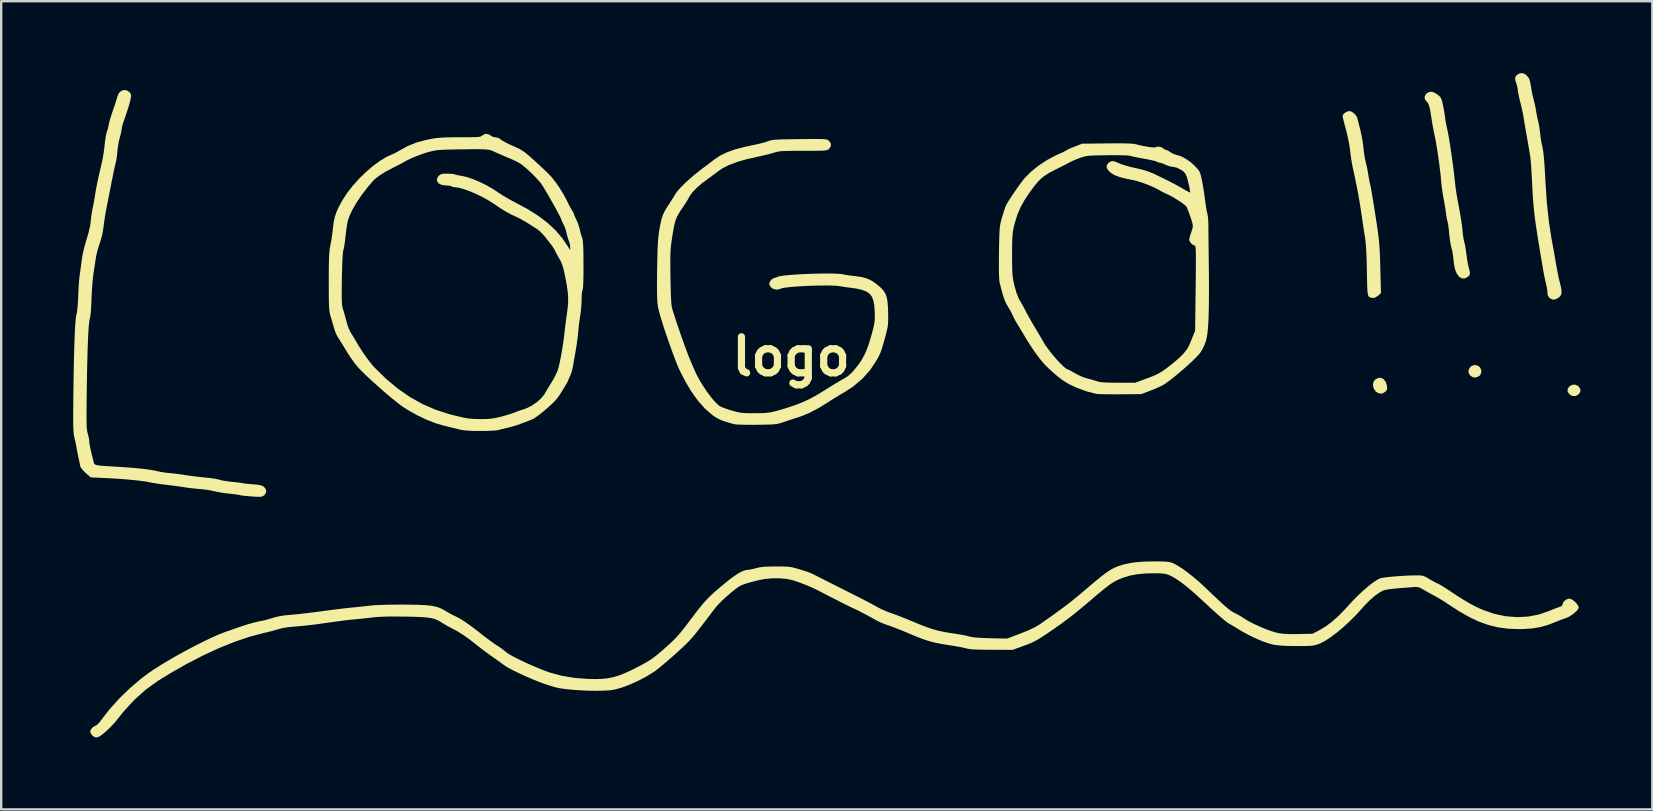
<source format=kicad_pcb>
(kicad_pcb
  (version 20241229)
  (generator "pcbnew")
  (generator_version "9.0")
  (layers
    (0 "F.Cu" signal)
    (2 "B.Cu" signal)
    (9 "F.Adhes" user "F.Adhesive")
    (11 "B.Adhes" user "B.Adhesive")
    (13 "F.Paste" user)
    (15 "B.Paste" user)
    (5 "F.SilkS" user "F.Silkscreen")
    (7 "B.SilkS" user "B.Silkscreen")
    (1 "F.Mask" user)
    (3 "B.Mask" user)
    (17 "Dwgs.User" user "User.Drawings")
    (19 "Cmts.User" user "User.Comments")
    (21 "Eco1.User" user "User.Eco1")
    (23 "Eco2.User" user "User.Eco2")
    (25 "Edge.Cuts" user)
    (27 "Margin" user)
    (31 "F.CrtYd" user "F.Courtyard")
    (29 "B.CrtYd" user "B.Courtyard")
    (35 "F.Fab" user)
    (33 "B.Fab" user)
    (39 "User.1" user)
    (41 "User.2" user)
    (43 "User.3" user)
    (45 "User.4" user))
  (footprint "logo"
    (layer "F.Cu")
    (at 29.919 11.807)
    (property "Reference" "logo" (at 0 0 0) (layer "F.SilkS") (effects (font (size 1.5 1.5) (thickness 0.3))))
    (attr board_only exclude_from_pos_files exclude_from_bom)
    (fp_poly (pts (xy 28.624 0.383) (xy 28.713 0.461) (xy 28.761 0.566) (xy 28.76 0.681) (xy 28.703 0.785) (xy 28.682 0.805) (xy 28.556 0.871) (xy 28.425 0.87) (xy 28.306 0.802) (xy 28.304 0.8) (xy 28.235 0.693) (xy 28.228 0.576) (xy 28.273 0.468) (xy 28.363 0.387) (xy 28.49 0.353) (xy 28.501 0.353)) (stroke (width 0) (type solid)) (fill yes) (layer "F.SilkS"))
    (fp_poly (pts (xy 32.694 1.176) (xy 32.813 1.244) (xy 32.815 1.246) (xy 32.888 1.358) (xy 32.887 1.474) (xy 32.811 1.58) (xy 32.809 1.581) (xy 32.683 1.647) (xy 32.553 1.646) (xy 32.434 1.578) (xy 32.432 1.576) (xy 32.358 1.464) (xy 32.359 1.349) (xy 32.435 1.243) (xy 32.437 1.241) (xy 32.563 1.175)) (stroke (width 0) (type solid)) (fill yes) (layer "F.SilkS"))
    (fp_poly (pts (xy 24.693 0.946) (xy 24.777 1.057) (xy 24.826 1.21) (xy 24.838 1.321) (xy 24.824 1.392) (xy 24.775 1.454) (xy 24.763 1.466) (xy 24.642 1.54) (xy 24.516 1.545) (xy 24.393 1.482) (xy 24.352 1.444) (xy 24.271 1.315) (xy 24.245 1.174) (xy 24.275 1.043) (xy 24.341 0.959) (xy 24.464 0.892) (xy 24.585 0.89)) (stroke (width 0) (type solid)) (fill yes) (layer "F.SilkS"))
    (fp_poly (pts (xy 23.364 -10.201) (xy 23.467 -10.126) (xy 23.552 -10.026) (xy 23.593 -9.937) (xy 23.609 -9.872) (xy 23.639 -9.756) (xy 23.677 -9.607) (xy 23.712 -9.472) (xy 23.761 -9.258) (xy 23.806 -9.015) (xy 23.84 -8.781) (xy 23.85 -8.69) (xy 23.872 -8.504) (xy 23.899 -8.32) (xy 23.929 -8.165) (xy 23.947 -8.09) (xy 23.981 -7.952) (xy 24.017 -7.779) (xy 24.047 -7.605) (xy 24.05 -7.585) (xy 24.076 -7.429) (xy 24.103 -7.285) (xy 24.127 -7.178) (xy 24.132 -7.161) (xy 24.147 -7.097) (xy 24.17 -6.972) (xy 24.201 -6.796) (xy 24.237 -6.578) (xy 24.278 -6.328) (xy 24.322 -6.055) (xy 24.347 -5.891) (xy 24.398 -5.561) (xy 24.438 -5.287) (xy 24.47 -5.052) (xy 24.494 -4.842) (xy 24.512 -4.641) (xy 24.526 -4.436) (xy 24.536 -4.21) (xy 24.545 -3.949) (xy 24.552 -3.694) (xy 24.579 -2.644) (xy 24.466 -2.539) (xy 24.341 -2.457) (xy 24.214 -2.437) (xy 24.101 -2.478) (xy 24.075 -2.5) (xy 24.055 -2.527) (xy 24.039 -2.567) (xy 24.026 -2.631) (xy 24.017 -2.724) (xy 24.009 -2.856) (xy 24.003 -3.034) (xy 23.997 -3.267) (xy 23.992 -3.561) (xy 23.992 -3.585) (xy 23.983 -3.993) (xy 23.97 -4.343) (xy 23.952 -4.633) (xy 23.93 -4.857) (xy 23.916 -4.957) (xy 23.889 -5.12) (xy 23.857 -5.33) (xy 23.821 -5.565) (xy 23.787 -5.801) (xy 23.774 -5.891) (xy 23.695 -6.408) (xy 23.596 -6.958) (xy 23.485 -7.509) (xy 23.412 -7.837) (xy 23.374 -8.026) (xy 23.337 -8.25) (xy 23.306 -8.472) (xy 23.295 -8.573) (xy 23.269 -8.764) (xy 23.228 -8.994) (xy 23.176 -9.236) (xy 23.121 -9.46) (xy 23.117 -9.472) (xy 23.068 -9.654) (xy 23.027 -9.814) (xy 22.996 -9.938) (xy 22.981 -10.013) (xy 22.979 -10.026) (xy 23.013 -10.098) (xy 23.095 -10.169) (xy 23.198 -10.219) (xy 23.266 -10.231)) (stroke (width 0) (type solid)) (fill yes) (layer "F.SilkS"))
    (fp_poly (pts (xy 30.505 -11.805) (xy 30.627 -11.738) (xy 30.737 -11.609) (xy 30.751 -11.586) (xy 30.776 -11.516) (xy 30.804 -11.4) (xy 30.829 -11.259) (xy 30.833 -11.233) (xy 30.862 -11.058) (xy 30.901 -10.874) (xy 30.938 -10.724) (xy 30.98 -10.56) (xy 31.019 -10.373) (xy 31.041 -10.248) (xy 31.069 -10.081) (xy 31.106 -9.905) (xy 31.133 -9.79) (xy 31.165 -9.644) (xy 31.193 -9.467) (xy 31.213 -9.296) (xy 31.213 -9.296) (xy 31.233 -9.125) (xy 31.261 -8.947) (xy 31.291 -8.802) (xy 31.291 -8.802) (xy 31.317 -8.687) (xy 31.339 -8.555) (xy 31.359 -8.397) (xy 31.377 -8.203) (xy 31.395 -7.965) (xy 31.412 -7.675) (xy 31.431 -7.325) (xy 31.433 -7.285) (xy 31.49 -6.435) (xy 31.574 -5.645) (xy 31.686 -4.91) (xy 31.73 -4.674) (xy 31.757 -4.531) (xy 31.791 -4.342) (xy 31.829 -4.128) (xy 31.865 -3.914) (xy 31.871 -3.881) (xy 31.908 -3.669) (xy 31.95 -3.453) (xy 31.991 -3.258) (xy 32.027 -3.106) (xy 32.032 -3.087) (xy 32.083 -2.881) (xy 32.105 -2.729) (xy 32.1 -2.617) (xy 32.065 -2.534) (xy 31.999 -2.466) (xy 31.985 -2.455) (xy 31.847 -2.38) (xy 31.723 -2.373) (xy 31.609 -2.436) (xy 31.597 -2.447) (xy 31.525 -2.559) (xy 31.517 -2.65) (xy 31.512 -2.746) (xy 31.491 -2.88) (xy 31.462 -3.016) (xy 31.421 -3.187) (xy 31.381 -3.38) (xy 31.353 -3.528) (xy 31.27 -4.017) (xy 31.197 -4.445) (xy 31.136 -4.819) (xy 31.084 -5.148) (xy 31.04 -5.439) (xy 31.004 -5.701) (xy 30.974 -5.941) (xy 30.949 -6.168) (xy 30.929 -6.39) (xy 30.912 -6.615) (xy 30.897 -6.85) (xy 30.884 -7.105) (xy 30.876 -7.267) (xy 30.864 -7.518) (xy 30.849 -7.758) (xy 30.834 -7.976) (xy 30.82 -8.157) (xy 30.806 -8.287) (xy 30.801 -8.326) (xy 30.719 -8.821) (xy 30.628 -9.341) (xy 30.617 -9.402) (xy 30.585 -9.584) (xy 30.553 -9.771) (xy 30.528 -9.931) (xy 30.52 -9.984) (xy 30.496 -10.117) (xy 30.459 -10.292) (xy 30.415 -10.483) (xy 30.385 -10.601) (xy 30.343 -10.771) (xy 30.308 -10.928) (xy 30.286 -11.052) (xy 30.28 -11.113) (xy 30.264 -11.229) (xy 30.229 -11.357) (xy 30.221 -11.377) (xy 30.174 -11.521) (xy 30.172 -11.625) (xy 30.217 -11.706) (xy 30.254 -11.741) (xy 30.378 -11.807)) (stroke (width 0) (type solid)) (fill yes) (layer "F.SilkS"))
    (fp_poly (pts (xy 26.852 -10.971) (xy 26.927 -10.921) (xy 27.01 -10.856) (xy 27.065 -10.795) (xy 27.103 -10.717) (xy 27.136 -10.602) (xy 27.158 -10.507) (xy 27.192 -10.334) (xy 27.223 -10.153) (xy 27.245 -10.002) (xy 27.246 -9.991) (xy 27.266 -9.847) (xy 27.299 -9.669) (xy 27.336 -9.491) (xy 27.343 -9.461) (xy 27.374 -9.314) (xy 27.411 -9.109) (xy 27.452 -8.861) (xy 27.494 -8.583) (xy 27.537 -8.288) (xy 27.578 -7.989) (xy 27.614 -7.7) (xy 27.645 -7.435) (xy 27.657 -7.32) (xy 27.68 -7.117) (xy 27.71 -6.897) (xy 27.741 -6.696) (xy 27.756 -6.615) (xy 27.817 -6.287) (xy 27.866 -6.017) (xy 27.904 -5.795) (xy 27.933 -5.609) (xy 27.955 -5.449) (xy 27.972 -5.302) (xy 27.98 -5.221) (xy 27.998 -5.061) (xy 28.019 -4.915) (xy 28.041 -4.807) (xy 28.05 -4.777) (xy 28.071 -4.696) (xy 28.096 -4.566) (xy 28.121 -4.406) (xy 28.137 -4.283) (xy 28.161 -4.109) (xy 28.187 -3.946) (xy 28.211 -3.816) (xy 28.225 -3.757) (xy 28.266 -3.603) (xy 28.286 -3.499) (xy 28.284 -3.43) (xy 28.26 -3.38) (xy 28.216 -3.332) (xy 28.097 -3.261) (xy 27.97 -3.253) (xy 27.854 -3.308) (xy 27.835 -3.325) (xy 27.731 -3.469) (xy 27.657 -3.664) (xy 27.613 -3.915) (xy 27.604 -4.009) (xy 27.586 -4.181) (xy 27.559 -4.352) (xy 27.528 -4.492) (xy 27.519 -4.52) (xy 27.491 -4.635) (xy 27.462 -4.797) (xy 27.438 -4.98) (xy 27.424 -5.115) (xy 27.407 -5.289) (xy 27.387 -5.448) (xy 27.366 -5.572) (xy 27.351 -5.634) (xy 27.327 -5.728) (xy 27.303 -5.862) (xy 27.286 -5.986) (xy 27.268 -6.129) (xy 27.239 -6.311) (xy 27.205 -6.504) (xy 27.187 -6.597) (xy 27.15 -6.803) (xy 27.117 -7.034) (xy 27.093 -7.25) (xy 27.087 -7.32) (xy 27.071 -7.504) (xy 27.045 -7.731) (xy 27.013 -7.987) (xy 26.976 -8.258) (xy 26.937 -8.526) (xy 26.897 -8.779) (xy 26.859 -9) (xy 26.825 -9.175) (xy 26.808 -9.25) (xy 26.779 -9.384) (xy 26.744 -9.563) (xy 26.71 -9.76) (xy 26.688 -9.902) (xy 26.651 -10.141) (xy 26.618 -10.319) (xy 26.585 -10.449) (xy 26.549 -10.54) (xy 26.507 -10.602) (xy 26.472 -10.636) (xy 26.404 -10.732) (xy 26.403 -10.844) (xy 26.467 -10.95) (xy 26.484 -10.965) (xy 26.595 -11.028) (xy 26.714 -11.031)) (stroke (width 0) (type solid)) (fill yes) (layer "F.SilkS"))
    (fp_poly (pts (xy -27.685 -11.091) (xy -27.584 -11.026) (xy -27.527 -10.959) (xy -27.508 -10.887) (xy -27.517 -10.778) (xy -27.517 -10.776) (xy -27.548 -10.632) (xy -27.607 -10.425) (xy -27.694 -10.154) (xy -27.809 -9.817) (xy -27.823 -9.78) (xy -27.863 -9.651) (xy -27.892 -9.536) (xy -27.9 -9.472) (xy -27.91 -9.395) (xy -27.936 -9.276) (xy -27.973 -9.138) (xy -27.976 -9.129) (xy -28.016 -8.966) (xy -28.051 -8.771) (xy -28.074 -8.582) (xy -28.077 -8.555) (xy -28.093 -8.392) (xy -28.113 -8.239) (xy -28.135 -8.121) (xy -28.141 -8.096) (xy -28.168 -7.989) (xy -28.205 -7.823) (xy -28.253 -7.596) (xy -28.312 -7.305) (xy -28.382 -6.948) (xy -28.395 -6.879) (xy -28.432 -6.692) (xy -28.475 -6.471) (xy -28.519 -6.252) (xy -28.538 -6.156) (xy -28.576 -5.948) (xy -28.613 -5.718) (xy -28.642 -5.502) (xy -28.652 -5.415) (xy -28.708 -5.075) (xy -28.804 -4.745) (xy -28.808 -4.733) (xy -28.869 -4.55) (xy -28.923 -4.354) (xy -28.963 -4.179) (xy -28.97 -4.133) (xy -28.994 -3.981) (xy -29.023 -3.788) (xy -29.055 -3.584) (xy -29.074 -3.457) (xy -29.096 -3.283) (xy -29.117 -3.061) (xy -29.136 -2.811) (xy -29.15 -2.555) (xy -29.157 -2.381) (xy -29.165 -2.164) (xy -29.177 -1.964) (xy -29.191 -1.795) (xy -29.206 -1.671) (xy -29.22 -1.605) (xy -29.242 -1.518) (xy -29.261 -1.366) (xy -29.279 -1.147) (xy -29.296 -0.86) (xy -29.311 -0.506) (xy -29.324 -0.084) (xy -29.336 0.408) (xy -29.347 0.969) (xy -29.353 1.38) (xy -29.358 1.772) (xy -29.361 2.1) (xy -29.363 2.37) (xy -29.363 2.59) (xy -29.36 2.765) (xy -29.356 2.903) (xy -29.349 3.009) (xy -29.34 3.091) (xy -29.328 3.155) (xy -29.314 3.207) (xy -29.312 3.212) (xy -29.276 3.345) (xy -29.254 3.472) (xy -29.25 3.525) (xy -29.242 3.616) (xy -29.219 3.751) (xy -29.185 3.909) (xy -29.167 3.986) (xy -29.129 4.139) (xy -29.096 4.272) (xy -29.073 4.365) (xy -29.067 4.392) (xy -29.053 4.443) (xy -29.028 4.482) (xy -28.981 4.511) (xy -28.903 4.532) (xy -28.782 4.549) (xy -28.608 4.563) (xy -28.37 4.578) (xy -28.238 4.585) (xy -27.781 4.613) (xy -27.37 4.645) (xy -27.013 4.681) (xy -26.718 4.72) (xy -26.49 4.76) (xy -26.41 4.78) (xy -26.263 4.811) (xy -26.081 4.839) (xy -25.936 4.854) (xy -25.772 4.87) (xy -25.564 4.895) (xy -25.345 4.926) (xy -25.241 4.942) (xy -25.007 4.976) (xy -24.739 5.009) (xy -24.483 5.037) (xy -24.392 5.046) (xy -24.199 5.066) (xy -24.021 5.092) (xy -23.882 5.118) (xy -23.82 5.135) (xy -23.719 5.162) (xy -23.565 5.19) (xy -23.384 5.214) (xy -23.3 5.223) (xy -23.129 5.24) (xy -22.984 5.258) (xy -22.886 5.272) (xy -22.86 5.278) (xy -22.796 5.289) (xy -22.674 5.303) (xy -22.515 5.318) (xy -22.432 5.324) (xy -22.247 5.341) (xy -22.121 5.361) (xy -22.036 5.388) (xy -21.973 5.428) (xy -21.966 5.434) (xy -21.885 5.541) (xy -21.877 5.657) (xy -21.943 5.765) (xy -21.96 5.779) (xy -22.003 5.813) (xy -22.049 5.834) (xy -22.112 5.846) (xy -22.207 5.847) (xy -22.348 5.84) (xy -22.55 5.825) (xy -22.606 5.821) (xy -22.761 5.807) (xy -22.885 5.792) (xy -22.957 5.779) (xy -22.965 5.776) (xy -23.017 5.764) (xy -23.13 5.747) (xy -23.285 5.729) (xy -23.397 5.717) (xy -23.603 5.693) (xy -23.814 5.66) (xy -23.995 5.625) (xy -24.051 5.612) (xy -24.226 5.575) (xy -24.434 5.543) (xy -24.626 5.524) (xy -24.829 5.506) (xy -25.06 5.48) (xy -25.272 5.45) (xy -25.281 5.448) (xy -25.472 5.419) (xy -25.705 5.388) (xy -25.943 5.358) (xy -26.055 5.345) (xy -26.263 5.319) (xy -26.471 5.289) (xy -26.648 5.258) (xy -26.73 5.24) (xy -26.895 5.209) (xy -27.126 5.178) (xy -27.411 5.147) (xy -27.737 5.118) (xy -28.091 5.092) (xy -28.459 5.07) (xy -28.635 5.062) (xy -29.19 5.037) (xy -29.395 4.855) (xy -29.5 4.753) (xy -29.58 4.657) (xy -29.619 4.587) (xy -29.619 4.585) (xy -29.637 4.503) (xy -29.664 4.382) (xy -29.685 4.286) (xy -29.718 4.128) (xy -29.752 3.949) (xy -29.771 3.845) (xy -29.801 3.682) (xy -29.841 3.498) (xy -29.871 3.369) (xy -29.885 3.302) (xy -29.896 3.224) (xy -29.905 3.128) (xy -29.912 3.007) (xy -29.916 2.855) (xy -29.919 2.666) (xy -29.919 2.432) (xy -29.917 2.147) (xy -29.914 1.805) (xy -29.909 1.399) (xy -29.909 1.393) (xy -29.9 0.768) (xy -29.889 0.21) (xy -29.877 -0.281) (xy -29.863 -0.705) (xy -29.848 -1.06) (xy -29.831 -1.346) (xy -29.813 -1.564) (xy -29.793 -1.711) (xy -29.775 -1.782) (xy -29.76 -1.851) (xy -29.745 -1.976) (xy -29.73 -2.145) (xy -29.717 -2.344) (xy -29.709 -2.522) (xy -29.7 -2.748) (xy -29.687 -2.969) (xy -29.672 -3.168) (xy -29.657 -3.326) (xy -29.647 -3.404) (xy -29.625 -3.551) (xy -29.6 -3.738) (xy -29.574 -3.933) (xy -29.564 -4.02) (xy -29.529 -4.236) (xy -29.472 -4.489) (xy -29.401 -4.75) (xy -29.365 -4.867) (xy -29.274 -5.177) (xy -29.213 -5.45) (xy -29.187 -5.644) (xy -29.169 -5.821) (xy -29.142 -6.007) (xy -29.113 -6.163) (xy -29.11 -6.174) (xy -29.078 -6.325) (xy -29.044 -6.508) (xy -29.014 -6.687) (xy -29.012 -6.703) (xy -28.969 -6.962) (xy -28.908 -7.273) (xy -28.833 -7.618) (xy -28.748 -7.98) (xy -28.729 -8.061) (xy -28.692 -8.235) (xy -28.656 -8.447) (xy -28.625 -8.666) (xy -28.611 -8.795) (xy -28.591 -8.976) (xy -28.565 -9.146) (xy -28.538 -9.284) (xy -28.516 -9.359) (xy -28.473 -9.495) (xy -28.439 -9.641) (xy -28.435 -9.666) (xy -28.421 -9.741) (xy -28.401 -9.824) (xy -28.371 -9.927) (xy -28.329 -10.061) (xy -28.269 -10.239) (xy -28.189 -10.471) (xy -28.187 -10.477) (xy -28.141 -10.617) (xy -28.101 -10.749) (xy -28.079 -10.83) (xy -28.019 -10.972) (xy -27.924 -11.066) (xy -27.808 -11.108)) (stroke (width 0) (type solid)) (fill yes) (layer "F.SilkS"))
    (fp_poly (pts (xy 1.281 -9.062) (xy 1.385 -9.057) (xy 1.456 -9.049) (xy 1.504 -9.036) (xy 1.537 -9.019) (xy 1.566 -8.997) (xy 1.572 -8.992) (xy 1.651 -8.886) (xy 1.657 -8.77) (xy 1.589 -8.662) (xy 1.575 -8.649) (xy 1.544 -8.625) (xy 1.507 -8.607) (xy 1.455 -8.593) (xy 1.378 -8.584) (xy 1.265 -8.578) (xy 1.107 -8.575) (xy 0.892 -8.573) (xy 0.611 -8.573) (xy 0.51 -8.572) (xy 0.205 -8.572) (xy -0.032 -8.571) (xy -0.215 -8.567) (xy -0.356 -8.561) (xy -0.466 -8.551) (xy -0.558 -8.536) (xy -0.644 -8.516) (xy -0.736 -8.489) (xy -0.757 -8.483) (xy -0.945 -8.431) (xy -1.166 -8.376) (xy -1.376 -8.33) (xy -1.397 -8.326) (xy -1.843 -8.226) (xy -2.241 -8.111) (xy -2.583 -7.983) (xy -2.86 -7.845) (xy -3.029 -7.73) (xy -3.141 -7.644) (xy -3.287 -7.535) (xy -3.441 -7.424) (xy -3.473 -7.402) (xy -3.719 -7.217) (xy -3.932 -7.032) (xy -4.101 -6.859) (xy -4.216 -6.706) (xy -4.242 -6.66) (xy -4.3 -6.553) (xy -4.383 -6.416) (xy -4.474 -6.277) (xy -4.477 -6.273) (xy -4.601 -6.09) (xy -4.694 -5.94) (xy -4.765 -5.806) (xy -4.818 -5.671) (xy -4.86 -5.518) (xy -4.898 -5.331) (xy -4.939 -5.093) (xy -4.945 -5.052) (xy -4.973 -4.872) (xy -4.995 -4.717) (xy -5.012 -4.574) (xy -5.024 -4.431) (xy -5.031 -4.276) (xy -5.035 -4.099) (xy -5.035 -3.886) (xy -5.033 -3.627) (xy -5.029 -3.309) (xy -5.029 -3.298) (xy -5.023 -2.955) (xy -5.016 -2.675) (xy -5.007 -2.451) (xy -4.997 -2.276) (xy -4.984 -2.142) (xy -4.968 -2.042) (xy -4.952 -1.976) (xy -4.855 -1.671) (xy -4.75 -1.351) (xy -4.639 -1.026) (xy -4.529 -0.709) (xy -4.422 -0.411) (xy -4.323 -0.145) (xy -4.237 0.077) (xy -4.168 0.243) (xy -4.166 0.247) (xy -4.107 0.381) (xy -4.05 0.513) (xy -4.024 0.574) (xy -3.925 0.786) (xy -3.799 1.015) (xy -3.655 1.249) (xy -3.501 1.476) (xy -3.346 1.685) (xy -3.198 1.862) (xy -3.065 1.997) (xy -2.969 2.071) (xy -2.873 2.116) (xy -2.726 2.171) (xy -2.552 2.229) (xy -2.462 2.256) (xy -2.303 2.3) (xy -2.171 2.33) (xy -2.044 2.349) (xy -1.899 2.359) (xy -1.714 2.363) (xy -1.53 2.363) (xy -1.306 2.362) (xy -1.125 2.356) (xy -0.968 2.342) (xy -0.815 2.317) (xy -0.648 2.278) (xy -0.447 2.222) (xy -0.193 2.145) (xy -0.159 2.134) (xy 0.175 2.024) (xy 0.476 1.906) (xy 0.766 1.77) (xy 1.066 1.607) (xy 1.399 1.405) (xy 1.449 1.373) (xy 1.649 1.247) (xy 1.845 1.127) (xy 2.019 1.023) (xy 2.155 0.945) (xy 2.214 0.913) (xy 2.372 0.812) (xy 2.529 0.67) (xy 2.648 0.535) (xy 2.805 0.337) (xy 2.936 0.146) (xy 3.047 -0.053) (xy 3.146 -0.272) (xy 3.237 -0.524) (xy 3.328 -0.825) (xy 3.393 -1.063) (xy 3.443 -1.261) (xy 3.473 -1.42) (xy 3.487 -1.568) (xy 3.488 -1.733) (xy 3.483 -1.874) (xy 3.463 -2.136) (xy 3.425 -2.339) (xy 3.365 -2.493) (xy 3.278 -2.608) (xy 3.159 -2.694) (xy 3.081 -2.732) (xy 2.908 -2.789) (xy 2.691 -2.836) (xy 2.54 -2.857) (xy 2.361 -2.879) (xy 2.192 -2.903) (xy 2.063 -2.924) (xy 2.044 -2.928) (xy 1.915 -2.945) (xy 1.73 -2.956) (xy 1.502 -2.96) (xy 1.243 -2.959) (xy 0.965 -2.953) (xy 0.682 -2.943) (xy 0.404 -2.929) (xy 0.145 -2.911) (xy -0.083 -2.891) (xy -0.267 -2.868) (xy -0.396 -2.843) (xy -0.454 -2.82) (xy -0.518 -2.797) (xy -0.616 -2.787) (xy -0.746 -2.817) (xy -0.852 -2.895) (xy -0.909 -3.001) (xy -0.913 -3.039) (xy -0.883 -3.126) (xy -0.811 -3.211) (xy -0.722 -3.269) (xy -0.67 -3.281) (xy -0.591 -3.303) (xy -0.572 -3.316) (xy -0.506 -3.341) (xy -0.372 -3.364) (xy -0.182 -3.386) (xy 0.052 -3.406) (xy 0.318 -3.424) (xy 0.605 -3.438) (xy 0.9 -3.449) (xy 1.193 -3.456) (xy 1.471 -3.459) (xy 1.722 -3.457) (xy 1.935 -3.449) (xy 2.098 -3.436) (xy 2.183 -3.422) (xy 2.286 -3.401) (xy 2.441 -3.378) (xy 2.618 -3.355) (xy 2.679 -3.349) (xy 2.95 -3.309) (xy 3.169 -3.248) (xy 3.362 -3.155) (xy 3.557 -3.019) (xy 3.61 -2.977) (xy 3.751 -2.853) (xy 3.856 -2.735) (xy 3.932 -2.611) (xy 3.984 -2.466) (xy 4.016 -2.287) (xy 4.034 -2.061) (xy 4.041 -1.866) (xy 4.045 -1.649) (xy 4.044 -1.482) (xy 4.036 -1.344) (xy 4.018 -1.216) (xy 3.988 -1.076) (xy 3.944 -0.905) (xy 3.933 -0.861) (xy 3.868 -0.622) (xy 3.815 -0.438) (xy 3.771 -0.295) (xy 3.728 -0.179) (xy 3.684 -0.076) (xy 3.632 0.027) (xy 3.58 0.123) (xy 3.302 0.55) (xy 2.967 0.928) (xy 2.575 1.257) (xy 2.248 1.469) (xy 2.052 1.585) (xy 1.842 1.713) (xy 1.65 1.833) (xy 1.553 1.896) (xy 1.13 2.156) (xy 0.74 2.359) (xy 0.388 2.502) (xy 0.333 2.519) (xy 0.132 2.584) (xy -0.093 2.658) (xy -0.296 2.725) (xy -0.298 2.726) (xy -0.407 2.763) (xy -0.501 2.79) (xy -0.593 2.81) (xy -0.697 2.823) (xy -0.829 2.832) (xy -1.002 2.838) (xy -1.23 2.842) (xy -1.429 2.844) (xy -1.683 2.846) (xy -1.916 2.844) (xy -2.115 2.839) (xy -2.266 2.833) (xy -2.354 2.824) (xy -2.361 2.822) (xy -2.617 2.751) (xy -2.812 2.69) (xy -2.966 2.629) (xy -3.096 2.563) (xy -3.22 2.483) (xy -3.287 2.435) (xy -3.595 2.167) (xy -3.89 1.834) (xy -4.17 1.441) (xy -4.368 1.107) (xy -4.468 0.922) (xy -4.56 0.746) (xy -4.637 0.596) (xy -4.689 0.486) (xy -4.704 0.454) (xy -4.814 0.175) (xy -4.929 -0.13) (xy -5.045 -0.447) (xy -5.157 -0.769) (xy -5.263 -1.082) (xy -5.358 -1.377) (xy -5.439 -1.643) (xy -5.503 -1.868) (xy -5.545 -2.044) (xy -5.557 -2.105) (xy -5.572 -2.235) (xy -5.583 -2.418) (xy -5.589 -2.659) (xy -5.591 -2.959) (xy -5.589 -3.324) (xy -5.585 -3.64) (xy -5.578 -3.999) (xy -5.571 -4.296) (xy -5.563 -4.543) (xy -5.552 -4.748) (xy -5.539 -4.922) (xy -5.523 -5.074) (xy -5.504 -5.214) (xy -5.485 -5.327) (xy -5.44 -5.56) (xy -5.397 -5.741) (xy -5.348 -5.891) (xy -5.287 -6.028) (xy -5.205 -6.17) (xy -5.101 -6.332) (xy -5.003 -6.482) (xy -4.907 -6.633) (xy -4.831 -6.758) (xy -4.815 -6.786) (xy -4.732 -6.901) (xy -4.599 -7.049) (xy -4.428 -7.22) (xy -4.229 -7.402) (xy -4.015 -7.586) (xy -3.796 -7.761) (xy -3.711 -7.825) (xy -3.55 -7.944) (xy -3.387 -8.067) (xy -3.247 -8.174) (xy -3.197 -8.213) (xy -2.965 -8.369) (xy -2.69 -8.504) (xy -2.362 -8.623) (xy -1.972 -8.728) (xy -1.627 -8.802) (xy -1.42 -8.845) (xy -1.223 -8.892) (xy -1.059 -8.937) (xy -0.957 -8.972) (xy -0.899 -8.994) (xy -0.837 -9.011) (xy -0.762 -9.025) (xy -0.663 -9.035) (xy -0.53 -9.043) (xy -0.354 -9.049) (xy -0.123 -9.053) (xy 0.171 -9.057) (xy 0.352 -9.059) (xy 0.68 -9.063) (xy 0.938 -9.065) (xy 1.135 -9.065)) (stroke (width 0) (type solid)) (fill yes) (layer "F.SilkS"))
    (fp_poly (pts (xy 13.856 -8.883) (xy 14.093 -8.876) (xy 14.252 -8.865) (xy 14.315 -8.855) (xy 14.497 -8.811) (xy 14.687 -8.772) (xy 14.867 -8.74) (xy 15.021 -8.719) (xy 15.13 -8.711) (xy 15.178 -8.718) (xy 15.265 -8.747) (xy 15.377 -8.739) (xy 15.477 -8.696) (xy 15.498 -8.678) (xy 15.573 -8.625) (xy 15.631 -8.608) (xy 15.698 -8.585) (xy 15.785 -8.528) (xy 15.8 -8.516) (xy 15.923 -8.443) (xy 16.076 -8.396) (xy 16.088 -8.394) (xy 16.258 -8.34) (xy 16.449 -8.238) (xy 16.643 -8.102) (xy 16.822 -7.944) (xy 16.967 -7.78) (xy 17.019 -7.703) (xy 17.051 -7.621) (xy 17.089 -7.48) (xy 17.129 -7.291) (xy 17.17 -7.065) (xy 17.209 -6.814) (xy 17.245 -6.548) (xy 17.245 -6.544) (xy 17.27 -6.361) (xy 17.297 -6.187) (xy 17.323 -6.044) (xy 17.343 -5.962) (xy 17.364 -5.852) (xy 17.38 -5.699) (xy 17.387 -5.532) (xy 17.388 -5.486) (xy 17.388 -5.381) (xy 17.389 -5.215) (xy 17.391 -4.998) (xy 17.394 -4.739) (xy 17.397 -4.446) (xy 17.401 -4.13) (xy 17.405 -3.801) (xy 17.407 -3.669) (xy 17.41 -3.317) (xy 17.412 -2.959) (xy 17.411 -2.607) (xy 17.409 -2.274) (xy 17.404 -1.972) (xy 17.398 -1.714) (xy 17.391 -1.511) (xy 17.389 -1.482) (xy 17.371 -1.199) (xy 17.349 -0.971) (xy 17.319 -0.785) (xy 17.278 -0.625) (xy 17.222 -0.476) (xy 17.148 -0.324) (xy 17.078 -0.199) (xy 17.008 -0.106) (xy 16.889 0.023) (xy 16.731 0.179) (xy 16.545 0.352) (xy 16.343 0.532) (xy 16.134 0.71) (xy 15.93 0.877) (xy 15.741 1.022) (xy 15.579 1.137) (xy 15.524 1.173) (xy 15.404 1.237) (xy 15.238 1.313) (xy 15.053 1.391) (xy 14.962 1.426) (xy 14.585 1.567) (xy 13.712 1.574) (xy 13.449 1.575) (xy 13.207 1.573) (xy 12.999 1.57) (xy 12.838 1.566) (xy 12.739 1.559) (xy 12.72 1.557) (xy 12.318 1.453) (xy 11.913 1.306) (xy 11.65 1.186) (xy 11.491 1.1) (xy 11.342 1.007) (xy 11.191 0.897) (xy 11.026 0.762) (xy 10.834 0.59) (xy 10.637 0.406) (xy 10.507 0.268) (xy 10.354 0.081) (xy 10.188 -0.141) (xy 10.02 -0.384) (xy 9.86 -0.633) (xy 9.795 -0.741) (xy 9.691 -0.916) (xy 9.583 -1.095) (xy 9.487 -1.254) (xy 9.433 -1.341) (xy 9.352 -1.479) (xy 9.278 -1.618) (xy 9.231 -1.721) (xy 9.177 -1.833) (xy 9.101 -1.971) (xy 9.035 -2.077) (xy 8.967 -2.194) (xy 8.904 -2.335) (xy 8.842 -2.511) (xy 8.777 -2.732) (xy 8.706 -3.011) (xy 8.691 -3.069) (xy 8.676 -3.169) (xy 8.665 -3.323) (xy 8.659 -3.536) (xy 8.657 -3.81) (xy 8.659 -4.15) (xy 8.66 -4.237) (xy 9.207 -4.237) (xy 9.208 -3.957) (xy 9.21 -3.734) (xy 9.216 -3.557) (xy 9.224 -3.413) (xy 9.238 -3.288) (xy 9.257 -3.17) (xy 9.284 -3.047) (xy 9.309 -2.94) (xy 9.391 -2.651) (xy 9.481 -2.424) (xy 9.543 -2.311) (xy 9.633 -2.159) (xy 9.724 -1.991) (xy 9.776 -1.887) (xy 9.829 -1.785) (xy 9.911 -1.637) (xy 10.014 -1.457) (xy 10.129 -1.26) (xy 10.217 -1.113) (xy 10.325 -0.932) (xy 10.42 -0.773) (xy 10.494 -0.646) (xy 10.541 -0.562) (xy 10.557 -0.531) (xy 10.578 -0.496) (xy 10.635 -0.415) (xy 10.719 -0.302) (xy 10.805 -0.189) (xy 10.934 -0.029) (xy 11.07 0.129) (xy 11.205 0.273) (xy 11.327 0.395) (xy 11.427 0.482) (xy 11.494 0.526) (xy 11.507 0.529) (xy 11.557 0.548) (xy 11.653 0.597) (xy 11.778 0.667) (xy 11.816 0.689) (xy 11.978 0.776) (xy 12.149 0.852) (xy 12.295 0.902) (xy 12.303 0.904) (xy 12.472 0.949) (xy 12.65 1.002) (xy 12.72 1.024) (xy 12.807 1.049) (xy 12.906 1.067) (xy 13.031 1.079) (xy 13.196 1.087) (xy 13.416 1.091) (xy 13.626 1.092) (xy 14.334 1.094) (xy 14.815 0.917) (xy 15.024 0.838) (xy 15.191 0.767) (xy 15.338 0.693) (xy 15.48 0.606) (xy 15.637 0.494) (xy 15.827 0.348) (xy 15.903 0.288) (xy 16.147 0.08) (xy 16.348 -0.119) (xy 16.496 -0.302) (xy 16.578 -0.445) (xy 16.621 -0.549) (xy 16.678 -0.689) (xy 16.735 -0.829) (xy 16.835 -1.076) (xy 16.857 -2.849) (xy 16.862 -3.257) (xy 16.865 -3.601) (xy 16.866 -3.884) (xy 16.866 -4.112) (xy 16.865 -4.291) (xy 16.861 -4.425) (xy 16.855 -4.52) (xy 16.847 -4.581) (xy 16.837 -4.613) (xy 16.826 -4.621) (xy 16.742 -4.651) (xy 16.66 -4.723) (xy 16.602 -4.812) (xy 16.589 -4.868) (xy 16.602 -4.949) (xy 16.635 -5.069) (xy 16.675 -5.186) (xy 16.721 -5.321) (xy 16.739 -5.42) (xy 16.732 -5.512) (xy 16.718 -5.572) (xy 16.682 -5.69) (xy 16.633 -5.836) (xy 16.579 -5.988) (xy 16.527 -6.124) (xy 16.485 -6.222) (xy 16.474 -6.244) (xy 16.422 -6.298) (xy 16.319 -6.379) (xy 16.183 -6.473) (xy 16.03 -6.571) (xy 15.878 -6.661) (xy 15.743 -6.732) (xy 15.696 -6.754) (xy 15.547 -6.823) (xy 15.397 -6.901) (xy 15.342 -6.933) (xy 15.133 -7.043) (xy 14.88 -7.153) (xy 14.612 -7.251) (xy 14.362 -7.326) (xy 14.243 -7.353) (xy 13.936 -7.416) (xy 13.696 -7.478) (xy 13.511 -7.544) (xy 13.37 -7.619) (xy 13.261 -7.707) (xy 13.241 -7.727) (xy 13.156 -7.847) (xy 13.146 -7.954) (xy 13.212 -8.056) (xy 13.223 -8.068) (xy 13.331 -8.135) (xy 13.453 -8.139) (xy 13.593 -8.084) (xy 13.73 -8.025) (xy 13.929 -7.96) (xy 14.174 -7.893) (xy 14.449 -7.83) (xy 14.526 -7.814) (xy 14.719 -7.764) (xy 14.932 -7.692) (xy 15.101 -7.622) (xy 15.45 -7.454) (xy 15.74 -7.31) (xy 15.984 -7.183) (xy 16.197 -7.066) (xy 16.321 -6.994) (xy 16.454 -6.918) (xy 16.558 -6.863) (xy 16.619 -6.836) (xy 16.629 -6.837) (xy 16.619 -6.919) (xy 16.596 -7.046) (xy 16.564 -7.195) (xy 16.529 -7.342) (xy 16.495 -7.463) (xy 16.484 -7.497) (xy 16.429 -7.618) (xy 16.351 -7.707) (xy 16.235 -7.788) (xy 16.077 -7.867) (xy 15.941 -7.901) (xy 15.92 -7.902) (xy 15.809 -7.919) (xy 15.673 -7.962) (xy 15.606 -7.99) (xy 15.488 -8.041) (xy 15.392 -8.073) (xy 15.357 -8.079) (xy 15.279 -8.097) (xy 15.258 -8.11) (xy 15.2 -8.137) (xy 15.078 -8.169) (xy 14.889 -8.209) (xy 14.627 -8.258) (xy 14.545 -8.272) (xy 14.386 -8.303) (xy 14.24 -8.335) (xy 14.145 -8.36) (xy 14.053 -8.375) (xy 13.885 -8.384) (xy 13.644 -8.389) (xy 13.335 -8.389) (xy 13.173 -8.388) (xy 12.89 -8.384) (xy 12.673 -8.379) (xy 12.509 -8.373) (xy 12.384 -8.363) (xy 12.285 -8.349) (xy 12.199 -8.329) (xy 12.112 -8.302) (xy 12.048 -8.28) (xy 11.879 -8.216) (xy 11.711 -8.143) (xy 11.591 -8.084) (xy 11.482 -8.025) (xy 11.325 -7.945) (xy 11.144 -7.854) (xy 10.993 -7.779) (xy 10.778 -7.667) (xy 10.599 -7.558) (xy 10.444 -7.44) (xy 10.299 -7.3) (xy 10.152 -7.126) (xy 9.988 -6.907) (xy 9.905 -6.79) (xy 9.709 -6.491) (xy 9.556 -6.212) (xy 9.435 -5.929) (xy 9.334 -5.615) (xy 9.289 -5.442) (xy 9.263 -5.328) (xy 9.242 -5.215) (xy 9.228 -5.092) (xy 9.218 -4.947) (xy 9.212 -4.768) (xy 9.208 -4.543) (xy 9.208 -4.26) (xy 9.207 -4.237) (xy 8.66 -4.237) (xy 8.661 -4.339) (xy 8.666 -4.646) (xy 8.672 -4.893) (xy 8.678 -5.09) (xy 8.686 -5.246) (xy 8.696 -5.372) (xy 8.711 -5.479) (xy 8.729 -5.576) (xy 8.753 -5.673) (xy 8.783 -5.781) (xy 8.785 -5.786) (xy 8.836 -5.955) (xy 8.887 -6.113) (xy 8.931 -6.239) (xy 8.952 -6.294) (xy 9.002 -6.386) (xy 9.086 -6.523) (xy 9.194 -6.69) (xy 9.318 -6.872) (xy 9.446 -7.055) (xy 9.569 -7.225) (xy 9.677 -7.367) (xy 9.725 -7.426) (xy 9.987 -7.693) (xy 10.307 -7.952) (xy 10.668 -8.19) (xy 11.048 -8.391) (xy 11.192 -8.455) (xy 11.32 -8.511) (xy 11.424 -8.564) (xy 11.471 -8.592) (xy 11.534 -8.628) (xy 11.649 -8.681) (xy 11.793 -8.74) (xy 11.828 -8.754) (xy 12.125 -8.869) (xy 13.144 -8.881) (xy 13.54 -8.885)) (stroke (width 0) (type solid)) (fill yes) (layer "F.SilkS"))
    (fp_poly (pts (xy -12.591 -9.252) (xy -12.521 -9.207) (xy -12.418 -9.151) (xy -12.324 -9.137) (xy -12.183 -9.104) (xy -12.102 -9.045) (xy -12.027 -8.992) (xy -11.9 -8.921) (xy -11.738 -8.84) (xy -11.589 -8.773) (xy -11.436 -8.706) (xy -11.313 -8.646) (xy -11.206 -8.584) (xy -11.099 -8.51) (xy -10.979 -8.413) (xy -10.831 -8.284) (xy -10.664 -8.133) (xy -10.486 -7.97) (xy -10.315 -7.809) (xy -10.163 -7.662) (xy -10.045 -7.543) (xy -9.985 -7.479) (xy -9.816 -7.267) (xy -9.642 -7.014) (xy -9.478 -6.746) (xy -9.343 -6.49) (xy -9.328 -6.458) (xy -9.259 -6.317) (xy -9.189 -6.186) (xy -9.132 -6.092) (xy -9.128 -6.086) (xy -9.076 -6) (xy -9.05 -5.937) (xy -9.049 -5.929) (xy -9.033 -5.876) (xy -8.992 -5.783) (xy -8.952 -5.704) (xy -8.889 -5.559) (xy -8.834 -5.394) (xy -8.813 -5.309) (xy -8.779 -5.166) (xy -8.737 -5.026) (xy -8.713 -4.957) (xy -8.695 -4.897) (xy -8.681 -4.811) (xy -8.67 -4.69) (xy -8.662 -4.528) (xy -8.657 -4.316) (xy -8.655 -4.048) (xy -8.654 -3.803) (xy -8.654 -3.486) (xy -8.658 -3.222) (xy -8.664 -3.015) (xy -8.673 -2.868) (xy -8.684 -2.786) (xy -8.692 -2.769) (xy -8.709 -2.726) (xy -8.722 -2.628) (xy -8.73 -2.49) (xy -8.731 -2.388) (xy -8.738 -2.187) (xy -8.755 -1.967) (xy -8.779 -1.766) (xy -8.788 -1.711) (xy -8.818 -1.518) (xy -8.847 -1.297) (xy -8.867 -1.091) (xy -8.87 -1.058) (xy -8.887 -0.879) (xy -8.914 -0.662) (xy -8.946 -0.439) (xy -8.969 -0.3) (xy -9.004 -0.102) (xy -9.039 0.1) (xy -9.07 0.281) (xy -9.088 0.386) (xy -9.121 0.542) (xy -9.165 0.694) (xy -9.209 0.805) (xy -9.255 0.902) (xy -9.283 0.972) (xy -9.287 0.99) (xy -9.305 1.029) (xy -9.354 1.119) (xy -9.428 1.244) (xy -9.518 1.394) (xy -9.532 1.417) (xy -9.638 1.585) (xy -9.733 1.719) (xy -9.831 1.837) (xy -9.949 1.958) (xy -10.102 2.097) (xy -10.212 2.193) (xy -10.41 2.358) (xy -10.584 2.491) (xy -10.724 2.584) (xy -10.81 2.628) (xy -10.934 2.675) (xy -11.093 2.736) (xy -11.232 2.79) (xy -11.409 2.854) (xy -11.617 2.917) (xy -11.787 2.962) (xy -11.953 3.001) (xy -12.107 3.039) (xy -12.219 3.067) (xy -12.223 3.068) (xy -12.311 3.081) (xy -12.461 3.091) (xy -12.654 3.098) (xy -12.873 3.102) (xy -12.978 3.102) (xy -13.248 3.099) (xy -13.457 3.09) (xy -13.622 3.076) (xy -13.76 3.053) (xy -13.851 3.032) (xy -14.007 2.993) (xy -14.207 2.944) (xy -14.416 2.893) (xy -14.506 2.872) (xy -14.836 2.774) (xy -15.199 2.631) (xy -15.576 2.451) (xy -15.947 2.244) (xy -16.145 2.119) (xy -16.3 2.009) (xy -16.495 1.857) (xy -16.719 1.673) (xy -16.961 1.467) (xy -17.208 1.25) (xy -17.451 1.032) (xy -17.676 0.823) (xy -17.872 0.633) (xy -18.028 0.473) (xy -18.103 0.388) (xy -18.215 0.244) (xy -18.344 0.063) (xy -18.472 -0.13) (xy -18.555 -0.265) (xy -18.653 -0.428) (xy -18.747 -0.582) (xy -18.826 -0.707) (xy -18.877 -0.783) (xy -18.937 -0.89) (xy -18.998 -1.031) (xy -19.033 -1.136) (xy -19.076 -1.284) (xy -19.129 -1.463) (xy -19.18 -1.634) (xy -19.182 -1.64) (xy -19.206 -1.721) (xy -19.224 -1.799) (xy -19.239 -1.883) (xy -19.25 -1.982) (xy -19.258 -2.105) (xy -19.263 -2.26) (xy -19.266 -2.457) (xy -19.268 -2.676) (xy -18.729 -2.676) (xy -18.729 -2.476) (xy -18.725 -2.321) (xy -18.718 -2.201) (xy -18.708 -2.109) (xy -18.693 -2.035) (xy -18.675 -1.973) (xy -18.636 -1.847) (xy -18.589 -1.682) (xy -18.544 -1.509) (xy -18.533 -1.468) (xy -18.486 -1.305) (xy -18.428 -1.149) (xy -18.37 -1.026) (xy -18.355 -1.001) (xy -18.276 -0.876) (xy -18.19 -0.732) (xy -18.15 -0.662) (xy -18.028 -0.455) (xy -17.884 -0.231) (xy -17.731 -0.008) (xy -17.58 0.197) (xy -17.445 0.366) (xy -17.376 0.444) (xy -16.888 0.922) (xy -16.396 1.334) (xy -15.893 1.684) (xy -15.372 1.976) (xy -14.826 2.214) (xy -14.249 2.401) (xy -14.053 2.452) (xy -13.807 2.511) (xy -13.616 2.553) (xy -13.457 2.58) (xy -13.309 2.596) (xy -13.152 2.604) (xy -12.97 2.607) (xy -12.734 2.606) (xy -12.547 2.595) (xy -12.378 2.572) (xy -12.194 2.534) (xy -12.136 2.52) (xy -11.936 2.466) (xy -11.728 2.403) (xy -11.549 2.342) (xy -11.506 2.326) (xy -11.374 2.275) (xy -11.272 2.238) (xy -11.22 2.223) (xy -11.218 2.223) (xy -11.169 2.209) (xy -11.074 2.174) (xy -11.003 2.146) (xy -10.792 2.037) (xy -10.587 1.894) (xy -10.41 1.733) (xy -10.282 1.573) (xy -10.264 1.541) (xy -10.197 1.423) (xy -10.106 1.272) (xy -10.009 1.116) (xy -9.985 1.079) (xy -9.89 0.918) (xy -9.802 0.746) (xy -9.735 0.594) (xy -9.726 0.567) (xy -9.683 0.417) (xy -9.636 0.212) (xy -9.587 -0.035) (xy -9.54 -0.307) (xy -9.496 -0.592) (xy -9.459 -0.873) (xy -9.442 -1.023) (xy -9.418 -1.229) (xy -9.388 -1.466) (xy -9.357 -1.694) (xy -9.344 -1.782) (xy -9.311 -2.034) (xy -9.294 -2.257) (xy -9.293 -2.469) (xy -9.31 -2.691) (xy -9.345 -2.941) (xy -9.4 -3.239) (xy -9.404 -3.258) (xy -9.455 -3.507) (xy -9.501 -3.698) (xy -9.546 -3.843) (xy -9.591 -3.956) (xy -9.634 -4.033) (xy -9.713 -4.168) (xy -9.79 -4.309) (xy -9.822 -4.374) (xy -9.887 -4.495) (xy -9.957 -4.606) (xy -9.979 -4.635) (xy -10.042 -4.715) (xy -10.131 -4.829) (xy -10.229 -4.956) (xy -10.239 -4.97) (xy -10.35 -5.099) (xy -10.471 -5.219) (xy -10.578 -5.305) (xy -10.583 -5.309) (xy -10.894 -5.507) (xy -11.146 -5.66) (xy -11.337 -5.767) (xy -11.468 -5.829) (xy -11.476 -5.832) (xy -11.653 -5.91) (xy -11.871 -6.029) (xy -12.113 -6.177) (xy -12.358 -6.343) (xy -12.583 -6.489) (xy -12.836 -6.631) (xy -13.103 -6.763) (xy -13.367 -6.877) (xy -13.615 -6.968) (xy -13.832 -7.03) (xy -14.002 -7.055) (xy -14.017 -7.055) (xy -14.105 -7.067) (xy -14.149 -7.091) (xy -14.199 -7.111) (xy -14.302 -7.124) (xy -14.377 -7.126) (xy -14.55 -7.148) (xy -14.678 -7.209) (xy -14.751 -7.296) (xy -14.762 -7.4) (xy -14.704 -7.511) (xy -14.677 -7.538) (xy -14.617 -7.584) (xy -14.542 -7.609) (xy -14.428 -7.619) (xy -14.327 -7.62) (xy -14.188 -7.616) (xy -14.082 -7.607) (xy -14.033 -7.594) (xy -13.982 -7.576) (xy -13.875 -7.552) (xy -13.733 -7.528) (xy -13.719 -7.526) (xy -13.498 -7.475) (xy -13.237 -7.384) (xy -12.954 -7.263) (xy -12.668 -7.121) (xy -12.399 -6.964) (xy -12.24 -6.858) (xy -12.07 -6.745) (xy -11.86 -6.618) (xy -11.642 -6.496) (xy -11.511 -6.427) (xy -10.988 -6.147) (xy -10.537 -5.863) (xy -10.149 -5.569) (xy -9.817 -5.258) (xy -9.532 -4.924) (xy -9.297 -4.577) (xy -9.207 -4.43) (xy -9.207 -4.56) (xy -9.223 -4.684) (xy -9.26 -4.812) (xy -9.265 -4.824) (xy -9.306 -4.937) (xy -9.345 -5.079) (xy -9.363 -5.158) (xy -9.401 -5.3) (xy -9.453 -5.44) (xy -9.484 -5.5) (xy -9.533 -5.594) (xy -9.562 -5.662) (xy -9.565 -5.677) (xy -9.582 -5.727) (xy -9.631 -5.829) (xy -9.704 -5.971) (xy -9.796 -6.143) (xy -9.901 -6.333) (xy -10.012 -6.53) (xy -10.123 -6.723) (xy -10.228 -6.902) (xy -10.321 -7.056) (xy -10.396 -7.173) (xy -10.434 -7.228) (xy -10.533 -7.344) (xy -10.668 -7.489) (xy -10.822 -7.643) (xy -10.947 -7.759) (xy -11.09 -7.887) (xy -11.208 -7.983) (xy -11.321 -8.059) (xy -11.447 -8.129) (xy -11.608 -8.204) (xy -11.807 -8.289) (xy -11.996 -8.369) (xy -12.163 -8.441) (xy -12.293 -8.498) (xy -12.37 -8.534) (xy -12.383 -8.54) (xy -12.447 -8.572) (xy -12.515 -8.597) (xy -12.598 -8.616) (xy -12.705 -8.628) (xy -12.848 -8.636) (xy -13.036 -8.639) (xy -13.279 -8.639) (xy -13.589 -8.635) (xy -13.692 -8.634) (xy -14.014 -8.629) (xy -14.269 -8.624) (xy -14.468 -8.618) (xy -14.624 -8.609) (xy -14.75 -8.598) (xy -14.857 -8.582) (xy -14.957 -8.562) (xy -15.062 -8.536) (xy -15.082 -8.531) (xy -15.31 -8.462) (xy -15.558 -8.373) (xy -15.799 -8.274) (xy -16.007 -8.175) (xy -16.111 -8.117) (xy -16.187 -8.074) (xy -16.314 -8.008) (xy -16.47 -7.927) (xy -16.589 -7.867) (xy -16.904 -7.7) (xy -17.157 -7.542) (xy -17.343 -7.399) (xy -17.403 -7.34) (xy -17.66 -7.042) (xy -17.896 -6.734) (xy -18.104 -6.426) (xy -18.276 -6.132) (xy -18.403 -5.864) (xy -18.467 -5.68) (xy -18.496 -5.551) (xy -18.525 -5.376) (xy -18.552 -5.179) (xy -18.571 -5.009) (xy -18.591 -4.828) (xy -18.614 -4.66) (xy -18.638 -4.526) (xy -18.658 -4.445) (xy -18.674 -4.368) (xy -18.688 -4.225) (xy -18.7 -4.019) (xy -18.71 -3.756) (xy -18.719 -3.439) (xy -18.722 -3.243) (xy -18.727 -2.929) (xy -18.729 -2.676) (xy -19.268 -2.676) (xy -19.268 -2.704) (xy -19.268 -3.01) (xy -19.268 -3.122) (xy -19.268 -3.467) (xy -19.265 -3.75) (xy -19.261 -3.981) (xy -19.255 -4.168) (xy -19.245 -4.32) (xy -19.233 -4.446) (xy -19.216 -4.555) (xy -19.2 -4.639) (xy -19.167 -4.814) (xy -19.134 -5.027) (xy -19.106 -5.245) (xy -19.093 -5.365) (xy -19.062 -5.608) (xy -19.015 -5.823) (xy -18.945 -6.03) (xy -18.843 -6.25) (xy -18.703 -6.504) (xy -18.685 -6.535) (xy -18.491 -6.832) (xy -18.256 -7.131) (xy -17.992 -7.423) (xy -17.708 -7.698) (xy -17.416 -7.947) (xy -17.127 -8.159) (xy -16.851 -8.324) (xy -16.641 -8.418) (xy -16.519 -8.472) (xy -16.377 -8.548) (xy -16.305 -8.591) (xy -15.982 -8.77) (xy -15.629 -8.912) (xy -15.228 -9.023) (xy -15.007 -9.068) (xy -14.857 -9.093) (xy -14.704 -9.111) (xy -14.532 -9.124) (xy -14.327 -9.132) (xy -14.071 -9.136) (xy -13.793 -9.137) (xy -13.513 -9.137) (xy -13.301 -9.139) (xy -13.147 -9.143) (xy -13.04 -9.149) (xy -12.968 -9.16) (xy -12.923 -9.175) (xy -12.891 -9.196) (xy -12.879 -9.207) (xy -12.784 -9.262) (xy -12.7 -9.278)) (stroke (width 0) (type solid)) (fill yes) (layer "F.SilkS"))
    (fp_poly (pts (xy 15.413 8.54) (xy 15.589 8.546) (xy 15.718 8.558) (xy 15.815 8.577) (xy 15.895 8.604) (xy 16.063 8.688) (xy 16.27 8.818) (xy 16.503 8.985) (xy 16.75 9.179) (xy 17 9.391) (xy 17.228 9.6) (xy 17.502 9.862) (xy 17.729 10.077) (xy 17.915 10.25) (xy 18.066 10.387) (xy 18.188 10.491) (xy 18.287 10.57) (xy 18.369 10.627) (xy 18.44 10.668) (xy 18.485 10.69) (xy 18.62 10.758) (xy 18.776 10.849) (xy 18.891 10.924) (xy 19.068 11.031) (xy 19.294 11.147) (xy 19.546 11.263) (xy 19.803 11.369) (xy 20.045 11.455) (xy 20.249 11.514) (xy 20.3 11.525) (xy 20.494 11.551) (xy 20.734 11.565) (xy 21.035 11.567) (xy 21.154 11.565) (xy 21.731 11.553) (xy 22.021 11.4) (xy 22.27 11.251) (xy 22.523 11.064) (xy 22.786 10.831) (xy 23.068 10.547) (xy 23.278 10.316) (xy 23.469 10.111) (xy 23.675 9.908) (xy 23.885 9.716) (xy 24.089 9.544) (xy 24.275 9.402) (xy 24.434 9.298) (xy 24.548 9.242) (xy 24.645 9.221) (xy 24.804 9.199) (xy 25.009 9.177) (xy 25.242 9.157) (xy 25.487 9.14) (xy 25.726 9.128) (xy 25.944 9.122) (xy 25.98 9.121) (xy 26.152 9.121) (xy 26.27 9.128) (xy 26.359 9.148) (xy 26.445 9.186) (xy 26.552 9.248) (xy 26.575 9.262) (xy 26.71 9.341) (xy 26.836 9.408) (xy 26.922 9.448) (xy 26.998 9.486) (xy 27.119 9.557) (xy 27.269 9.651) (xy 27.424 9.752) (xy 27.746 9.966) (xy 28.023 10.14) (xy 28.265 10.283) (xy 28.487 10.402) (xy 28.701 10.504) (xy 28.83 10.56) (xy 29.299 10.723) (xy 29.777 10.824) (xy 30.255 10.861) (xy 30.724 10.836) (xy 31.176 10.748) (xy 31.591 10.601) (xy 31.745 10.537) (xy 31.893 10.48) (xy 31.998 10.444) (xy 32.101 10.403) (xy 32.143 10.352) (xy 32.147 10.322) (xy 32.182 10.229) (xy 32.268 10.147) (xy 32.38 10.096) (xy 32.434 10.089) (xy 32.524 10.118) (xy 32.629 10.19) (xy 32.727 10.285) (xy 32.798 10.385) (xy 32.822 10.461) (xy 32.79 10.534) (xy 32.708 10.627) (xy 32.592 10.726) (xy 32.462 10.816) (xy 32.335 10.882) (xy 32.284 10.9) (xy 32.162 10.941) (xy 32.009 10.999) (xy 31.889 11.049) (xy 31.557 11.18) (xy 31.239 11.271) (xy 30.909 11.328) (xy 30.544 11.355) (xy 30.292 11.359) (xy 29.865 11.342) (xy 29.458 11.286) (xy 29.062 11.19) (xy 28.666 11.048) (xy 28.259 10.857) (xy 27.831 10.613) (xy 27.386 10.323) (xy 27.212 10.208) (xy 27.018 10.09) (xy 26.842 9.989) (xy 26.811 9.972) (xy 26.646 9.883) (xy 26.476 9.789) (xy 26.339 9.71) (xy 26.334 9.707) (xy 26.211 9.64) (xy 26.115 9.608) (xy 26.011 9.602) (xy 25.937 9.607) (xy 25.814 9.617) (xy 25.638 9.632) (xy 25.435 9.647) (xy 25.279 9.659) (xy 25.082 9.678) (xy 24.9 9.702) (xy 24.757 9.728) (xy 24.684 9.747) (xy 24.513 9.837) (xy 24.315 9.979) (xy 24.103 10.165) (xy 23.888 10.385) (xy 23.806 10.477) (xy 23.55 10.76) (xy 23.278 11.033) (xy 23.001 11.287) (xy 22.727 11.515) (xy 22.467 11.709) (xy 22.229 11.862) (xy 22.024 11.965) (xy 21.987 11.979) (xy 21.894 12.011) (xy 21.806 12.034) (xy 21.708 12.049) (xy 21.585 12.059) (xy 21.42 12.063) (xy 21.199 12.065) (xy 21.077 12.065) (xy 20.689 12.06) (xy 20.377 12.043) (xy 20.142 12.016) (xy 20.114 12.011) (xy 19.898 11.956) (xy 19.638 11.864) (xy 19.354 11.744) (xy 19.065 11.604) (xy 18.788 11.452) (xy 18.684 11.389) (xy 18.527 11.293) (xy 18.374 11.202) (xy 18.251 11.131) (xy 18.22 11.115) (xy 18.151 11.066) (xy 18.036 10.974) (xy 17.885 10.846) (xy 17.706 10.688) (xy 17.509 10.51) (xy 17.302 10.318) (xy 17.294 10.31) (xy 16.964 10.005) (xy 16.676 9.75) (xy 16.425 9.542) (xy 16.205 9.375) (xy 16.01 9.245) (xy 15.835 9.148) (xy 15.761 9.113) (xy 15.662 9.076) (xy 15.561 9.052) (xy 15.434 9.038) (xy 15.26 9.033) (xy 15.154 9.032) (xy 14.758 9.041) (xy 14.42 9.073) (xy 14.122 9.129) (xy 13.847 9.212) (xy 13.804 9.228) (xy 13.675 9.28) (xy 13.557 9.334) (xy 13.44 9.399) (xy 13.316 9.479) (xy 13.175 9.582) (xy 13.008 9.714) (xy 12.806 9.881) (xy 12.559 10.09) (xy 12.479 10.159) (xy 12.148 10.439) (xy 11.851 10.682) (xy 11.569 10.902) (xy 11.284 11.114) (xy 10.974 11.334) (xy 10.755 11.485) (xy 10.534 11.634) (xy 10.355 11.749) (xy 10.2 11.839) (xy 10.051 11.914) (xy 9.888 11.983) (xy 9.694 12.056) (xy 9.604 12.089) (xy 9.227 12.224) (xy 8.354 12.221) (xy 8.047 12.219) (xy 7.807 12.215) (xy 7.623 12.208) (xy 7.484 12.197) (xy 7.377 12.182) (xy 7.291 12.162) (xy 7.283 12.159) (xy 7.166 12.131) (xy 6.994 12.097) (xy 6.789 12.061) (xy 6.574 12.027) (xy 6.568 12.026) (xy 6.262 11.978) (xy 5.992 11.923) (xy 5.738 11.856) (xy 5.478 11.771) (xy 5.192 11.66) (xy 4.882 11.53) (xy 4.661 11.437) (xy 4.441 11.348) (xy 4.242 11.271) (xy 4.086 11.215) (xy 4.036 11.199) (xy 3.853 11.134) (xy 3.656 11.048) (xy 3.52 10.977) (xy 3.385 10.901) (xy 3.227 10.816) (xy 3.063 10.728) (xy 2.907 10.646) (xy 2.774 10.577) (xy 2.679 10.531) (xy 2.636 10.513) (xy 2.636 10.513) (xy 2.596 10.496) (xy 2.5 10.45) (xy 2.36 10.381) (xy 2.188 10.295) (xy 1.996 10.198) (xy 1.796 10.097) (xy 1.602 9.998) (xy 1.423 9.906) (xy 1.274 9.828) (xy 1.187 9.781) (xy 0.93 9.654) (xy 0.629 9.524) (xy 0.313 9.404) (xy 0.049 9.317) (xy -0.191 9.267) (xy -0.479 9.243) (xy -0.786 9.243) (xy -1.086 9.269) (xy -1.325 9.313) (xy -1.586 9.38) (xy -1.784 9.433) (xy -1.93 9.477) (xy -2.038 9.517) (xy -2.121 9.556) (xy -2.183 9.592) (xy -2.334 9.701) (xy -2.512 9.844) (xy -2.7 10.008) (xy -2.88 10.174) (xy -3.034 10.329) (xy -3.146 10.456) (xy -3.15 10.462) (xy -3.225 10.56) (xy -3.334 10.703) (xy -3.467 10.877) (xy -3.613 11.069) (xy -3.759 11.259) (xy -3.923 11.471) (xy -4.068 11.648) (xy -4.207 11.807) (xy -4.356 11.961) (xy -4.527 12.126) (xy -4.737 12.317) (xy -4.841 12.411) (xy -5.04 12.586) (xy -5.235 12.753) (xy -5.414 12.904) (xy -5.566 13.027) (xy -5.678 13.113) (xy -5.706 13.132) (xy -6.035 13.336) (xy -6.389 13.522) (xy -6.748 13.682) (xy -7.091 13.807) (xy -7.366 13.882) (xy -7.557 13.909) (xy -7.809 13.925) (xy -8.104 13.93) (xy -8.427 13.926) (xy -8.759 13.912) (xy -9.083 13.89) (xy -9.382 13.861) (xy -9.64 13.825) (xy -9.838 13.782) (xy -9.862 13.775) (xy -10.1 13.701) (xy -10.304 13.633) (xy -10.497 13.562) (xy -10.701 13.48) (xy -10.938 13.379) (xy -11.132 13.294) (xy -11.353 13.192) (xy -11.563 13.09) (xy -11.744 12.995) (xy -11.882 12.916) (xy -11.946 12.873) (xy -12.059 12.789) (xy -12.21 12.68) (xy -12.373 12.565) (xy -12.442 12.517) (xy -12.609 12.398) (xy -12.806 12.253) (xy -13.002 12.103) (xy -13.117 12.012) (xy -13.405 11.787) (xy -13.658 11.606) (xy -13.892 11.459) (xy -14.121 11.335) (xy -14.149 11.321) (xy -14.306 11.239) (xy -14.465 11.148) (xy -14.561 11.088) (xy -14.669 11.02) (xy -14.775 10.967) (xy -14.892 10.926) (xy -15.029 10.895) (xy -15.198 10.873) (xy -15.411 10.858) (xy -15.678 10.847) (xy -16.011 10.84) (xy -16.089 10.839) (xy -16.457 10.835) (xy -16.761 10.835) (xy -17.015 10.842) (xy -17.232 10.854) (xy -17.429 10.872) (xy -17.478 10.878) (xy -17.693 10.903) (xy -17.913 10.927) (xy -18.106 10.946) (xy -18.197 10.954) (xy -18.322 10.965) (xy -18.464 10.98) (xy -18.631 11) (xy -18.836 11.027) (xy -19.089 11.061) (xy -19.401 11.105) (xy -19.705 11.148) (xy -19.957 11.181) (xy -20.243 11.213) (xy -20.521 11.239) (xy -20.66 11.25) (xy -20.965 11.279) (xy -21.209 11.319) (xy -21.354 11.358) (xy -21.49 11.399) (xy -21.673 11.449) (xy -21.872 11.498) (xy -21.967 11.519) (xy -22.55 11.672) (xy -23.17 11.881) (xy -23.821 12.141) (xy -24.494 12.451) (xy -25.184 12.807) (xy -25.883 13.206) (xy -26.389 13.518) (xy -26.9 13.886) (xy -27.384 14.319) (xy -27.838 14.817) (xy -28.088 15.134) (xy -28.18 15.245) (xy -28.309 15.383) (xy -28.453 15.527) (xy -28.532 15.602) (xy -28.697 15.744) (xy -28.825 15.834) (xy -28.928 15.873) (xy -29.015 15.866) (xy -29.098 15.816) (xy -29.124 15.793) (xy -29.186 15.707) (xy -29.21 15.623) (xy -29.176 15.53) (xy -29.09 15.439) (xy -28.974 15.374) (xy -28.962 15.37) (xy -28.903 15.329) (xy -28.826 15.247) (xy -28.774 15.179) (xy -28.422 14.722) (xy -28.01 14.263) (xy -27.555 13.821) (xy -27.072 13.412) (xy -26.826 13.226) (xy -26.575 13.052) (xy -26.274 12.86) (xy -25.937 12.658) (xy -25.576 12.451) (xy -25.202 12.245) (xy -24.828 12.048) (xy -24.466 11.866) (xy -24.128 11.705) (xy -23.826 11.572) (xy -23.572 11.474) (xy -23.515 11.454) (xy -23.402 11.416) (xy -23.245 11.362) (xy -23.075 11.302) (xy -23.039 11.289) (xy -22.718 11.182) (xy -22.422 11.096) (xy -22.17 11.036) (xy -22.086 11.021) (xy -21.972 10.997) (xy -21.814 10.955) (xy -21.644 10.905) (xy -21.616 10.896) (xy -21.39 10.835) (xy -21.144 10.792) (xy -20.848 10.763) (xy -20.842 10.762) (xy -20.65 10.746) (xy -20.403 10.72) (xy -20.123 10.687) (xy -19.832 10.651) (xy -19.586 10.618) (xy -19.3 10.58) (xy -18.998 10.541) (xy -18.707 10.506) (xy -18.449 10.476) (xy -18.276 10.458) (xy -18.05 10.436) (xy -17.824 10.412) (xy -17.623 10.39) (xy -17.482 10.374) (xy -17.362 10.364) (xy -17.178 10.355) (xy -16.945 10.347) (xy -16.68 10.342) (xy -16.397 10.339) (xy -16.252 10.339) (xy -15.858 10.341) (xy -15.534 10.347) (xy -15.268 10.36) (xy -15.052 10.379) (xy -14.875 10.408) (xy -14.726 10.447) (xy -14.597 10.497) (xy -14.476 10.56) (xy -14.428 10.589) (xy -14.275 10.679) (xy -14.114 10.766) (xy -13.994 10.823) (xy -13.812 10.916) (xy -13.582 11.062) (xy -13.307 11.258) (xy -12.988 11.501) (xy -12.879 11.589) (xy -12.708 11.721) (xy -12.527 11.855) (xy -12.362 11.972) (xy -12.263 12.037) (xy -12.117 12.135) (xy -11.976 12.239) (xy -11.87 12.326) (xy -11.867 12.329) (xy -11.78 12.39) (xy -11.634 12.474) (xy -11.442 12.574) (xy -11.216 12.685) (xy -10.97 12.799) (xy -10.716 12.911) (xy -10.468 13.015) (xy -10.238 13.105) (xy -10.061 13.168) (xy -9.557 13.305) (xy -9.018 13.394) (xy -8.432 13.437) (xy -8.159 13.441) (xy -7.891 13.433) (xy -7.645 13.409) (xy -7.408 13.362) (xy -7.166 13.289) (xy -6.904 13.185) (xy -6.608 13.047) (xy -6.264 12.87) (xy -6.254 12.864) (xy -6.061 12.758) (xy -5.897 12.659) (xy -5.743 12.553) (xy -5.583 12.429) (xy -5.397 12.273) (xy -5.261 12.153) (xy -5.035 11.949) (xy -4.85 11.771) (xy -4.689 11.597) (xy -4.531 11.408) (xy -4.358 11.184) (xy -4.357 11.183) (xy -4.143 10.898) (xy -3.963 10.662) (xy -3.81 10.468) (xy -3.675 10.304) (xy -3.551 10.164) (xy -3.428 10.036) (xy -3.299 9.912) (xy -3.155 9.783) (xy -2.988 9.639) (xy -2.905 9.569) (xy -2.629 9.342) (xy -2.397 9.167) (xy -2.204 9.037) (xy -2.041 8.951) (xy -1.904 8.903) (xy -1.799 8.89) (xy -1.718 8.88) (xy -1.59 8.853) (xy -1.462 8.82) (xy -1.338 8.79) (xy -1.206 8.77) (xy -1.047 8.757) (xy -0.843 8.751) (xy -0.628 8.749) (xy -0.396 8.75) (xy -0.223 8.754) (xy -0.087 8.764) (xy 0.032 8.782) (xy 0.155 8.812) (xy 0.304 8.855) (xy 0.346 8.867) (xy 0.519 8.92) (xy 0.651 8.963) (xy 0.763 9.004) (xy 0.873 9.051) (xy 1.002 9.113) (xy 1.169 9.198) (xy 1.29 9.26) (xy 1.431 9.332) (xy 1.625 9.431) (xy 1.857 9.548) (xy 2.112 9.676) (xy 2.372 9.807) (xy 2.48 9.861) (xy 2.732 9.987) (xy 2.976 10.112) (xy 3.199 10.227) (xy 3.386 10.327) (xy 3.526 10.403) (xy 3.572 10.43) (xy 3.743 10.52) (xy 3.947 10.611) (xy 4.141 10.684) (xy 4.147 10.686) (xy 4.298 10.739) (xy 4.498 10.814) (xy 4.725 10.903) (xy 4.957 10.998) (xy 5.048 11.036) (xy 5.378 11.173) (xy 5.659 11.28) (xy 5.907 11.363) (xy 6.142 11.428) (xy 6.382 11.48) (xy 6.645 11.524) (xy 6.732 11.536) (xy 6.943 11.569) (xy 7.143 11.604) (xy 7.309 11.637) (xy 7.42 11.665) (xy 7.422 11.665) (xy 7.53 11.69) (xy 7.687 11.71) (xy 7.9 11.725) (xy 8.18 11.736) (xy 8.297 11.739) (xy 8.994 11.755) (xy 9.549 11.547) (xy 9.889 11.41) (xy 10.158 11.282) (xy 10.355 11.164) (xy 10.711 10.916) (xy 11.014 10.7) (xy 11.279 10.507) (xy 11.515 10.329) (xy 11.737 10.155) (xy 11.955 9.977) (xy 12.182 9.785) (xy 12.204 9.767) (xy 12.49 9.523) (xy 12.729 9.323) (xy 12.927 9.163) (xy 13.093 9.036) (xy 13.235 8.937) (xy 13.361 8.86) (xy 13.478 8.8) (xy 13.595 8.751) (xy 13.68 8.72) (xy 13.924 8.648) (xy 14.183 8.596) (xy 14.474 8.561) (xy 14.813 8.543) (xy 15.173 8.538)) (stroke (width 0) (type solid)) (fill yes) (layer "F.SilkS")))
  (gr_rect
    (start -3 -3)
    (end 65.807 30.68)
    (stroke (width 0.1) (type default))
    (fill no)
    (layer "Edge.Cuts")))
</source>
